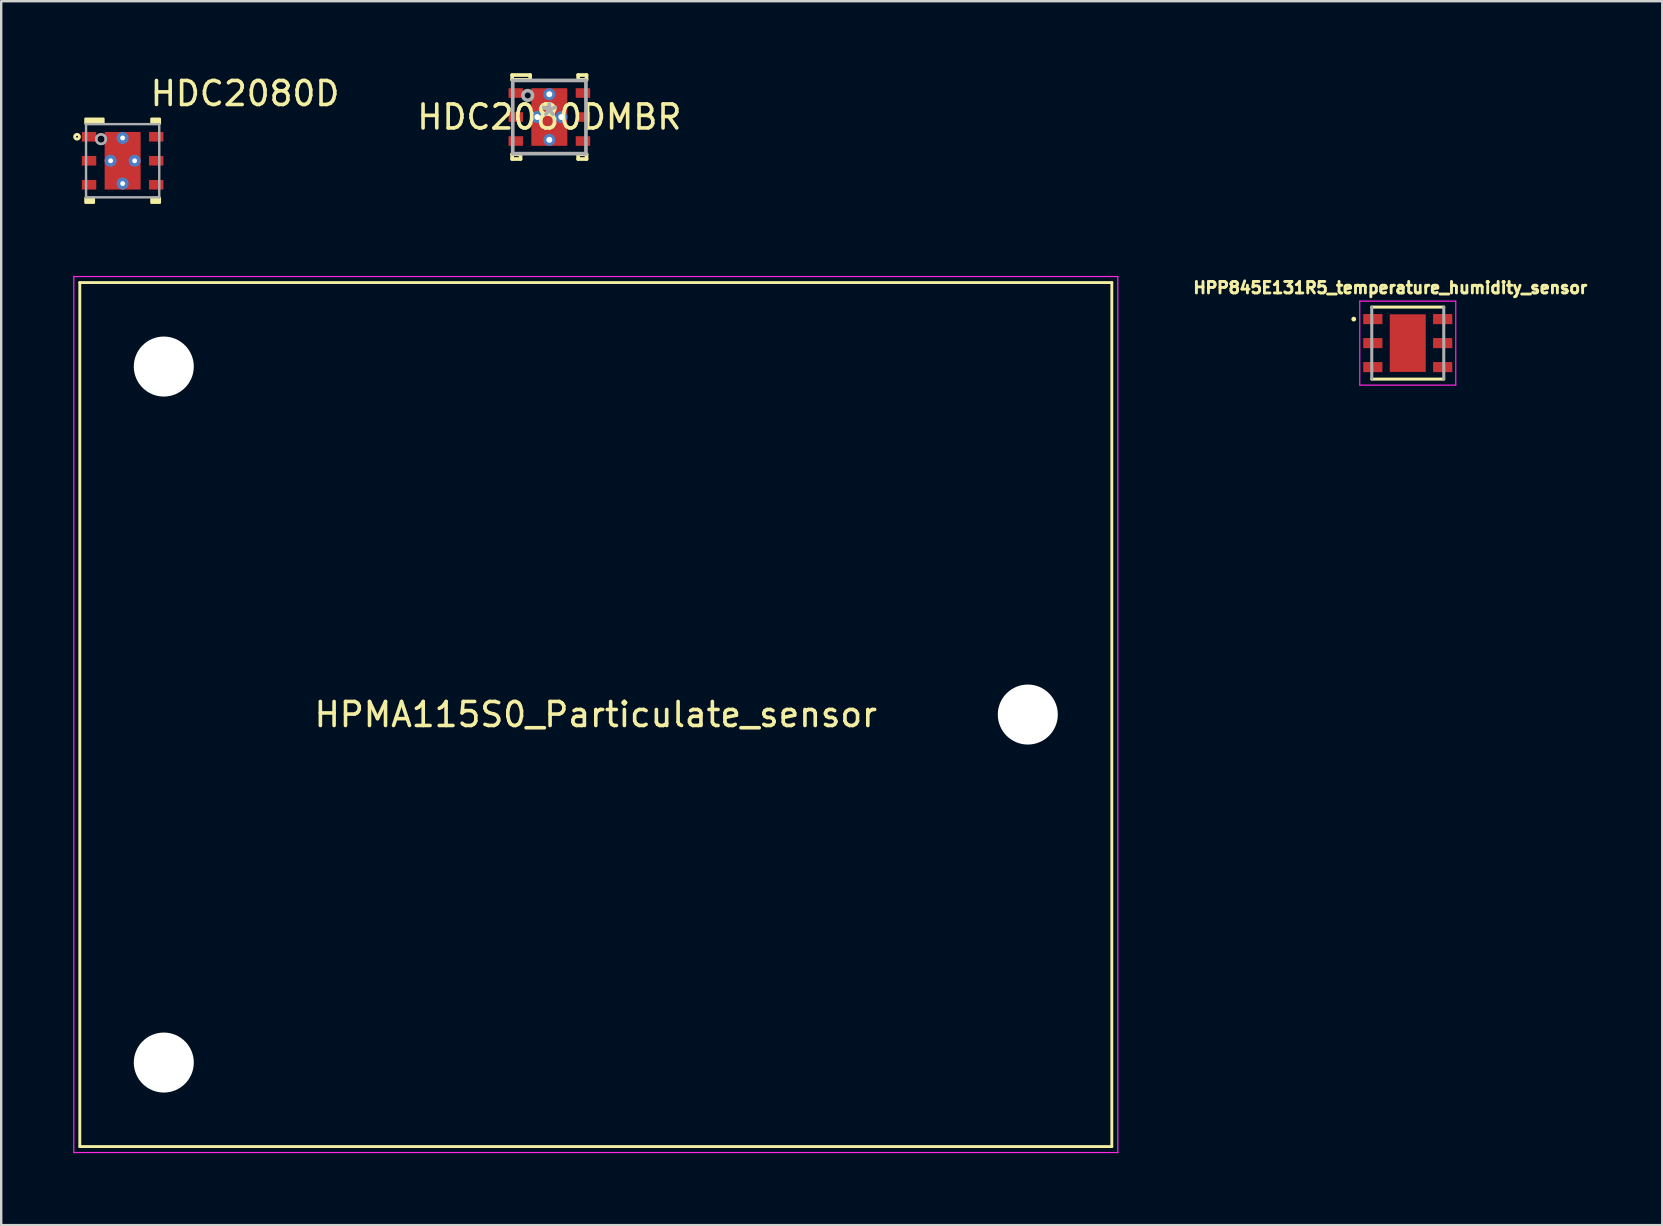
<source format=kicad_pcb>
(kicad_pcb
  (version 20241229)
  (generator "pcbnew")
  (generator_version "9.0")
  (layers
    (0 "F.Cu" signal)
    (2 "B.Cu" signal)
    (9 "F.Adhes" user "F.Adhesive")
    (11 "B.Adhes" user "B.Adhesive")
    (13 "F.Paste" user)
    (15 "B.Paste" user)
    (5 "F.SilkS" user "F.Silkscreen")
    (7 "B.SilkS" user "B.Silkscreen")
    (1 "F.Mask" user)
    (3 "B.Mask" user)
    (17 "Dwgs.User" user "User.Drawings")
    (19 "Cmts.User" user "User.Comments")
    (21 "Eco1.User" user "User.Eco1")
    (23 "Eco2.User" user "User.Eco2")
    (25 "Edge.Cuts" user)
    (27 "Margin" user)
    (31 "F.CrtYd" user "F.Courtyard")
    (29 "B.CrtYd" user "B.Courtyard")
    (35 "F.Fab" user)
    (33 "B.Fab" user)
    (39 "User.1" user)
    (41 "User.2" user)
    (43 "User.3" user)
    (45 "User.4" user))
  (footprint "HDC2080D"
    (layer "F.Cu")
    (at 2.06 3.648)
    (property "Reference" "HDC2080D" (at 5.1 -2.8 0) (layer "F.SilkS") (effects (font (size 1 1) (thickness 0.15))))
    (attr through_hole)
    (fp_circle (center -1.9 -1) (end -1.8 -1) (stroke (width 0.12) (type solid)) (fill no) (layer "F.SilkS"))
    (fp_poly (pts (xy -1.55 -1.55) (xy -0.8 -1.55) (xy -0.8 -1.75) (xy -1.55 -1.75)) (stroke (width 0.1) (type solid)) (fill yes) (layer "F.SilkS"))
    (fp_poly (pts (xy -1.55 1.75) (xy -1.2 1.75) (xy -1.2 1.55) (xy -1.55 1.55)) (stroke (width 0.1) (type solid)) (fill yes) (layer "F.SilkS"))
    (fp_poly (pts (xy 1.2 -1.55) (xy 1.55 -1.55) (xy 1.55 -1.75) (xy 1.2 -1.75)) (stroke (width 0.1) (type solid)) (fill yes) (layer "F.SilkS"))
    (fp_poly (pts (xy 1.2 1.75) (xy 1.55 1.75) (xy 1.55 1.55) (xy 1.2 1.55)) (stroke (width 0.1) (type solid)) (fill yes) (layer "F.SilkS"))
    (fp_poly (pts (xy -0.69 -0.148) (xy -0.69 -1.112) (xy -0.689 -1.122) (xy -0.686 -1.131) (xy -0.682 -1.139) (xy -0.676 -1.146) (xy -0.669 -1.152) (xy -0.661 -1.156) (xy -0.652 -1.159) (xy -0.642 -1.16) (xy 0.642 -1.16) (xy 0.652 -1.159) (xy 0.661 -1.156) (xy 0.669 -1.152) (xy 0.676 -1.146) (xy 0.682 -1.139) (xy 0.686 -1.131) (xy 0.689 -1.122) (xy 0.69 -1.112) (xy 0.69 -0.148) (xy 0.689 -0.138) (xy 0.686 -0.129) (xy 0.682 -0.121) (xy 0.676 -0.114) (xy 0.669 -0.108) (xy 0.661 -0.104) (xy 0.652 -0.101) (xy 0.642 -0.1) (xy -0.642 -0.1) (xy -0.652 -0.101) (xy -0.661 -0.104) (xy -0.669 -0.108) (xy -0.676 -0.114) (xy -0.682 -0.121) (xy -0.686 -0.129) (xy -0.689 -0.138)) (stroke (width 0.1) (type solid)) (fill yes) (layer "F.Paste"))
    (fp_poly (pts (xy -0.69 1.112) (xy -0.69 0.148) (xy -0.689 0.138) (xy -0.686 0.129) (xy -0.682 0.121) (xy -0.676 0.114) (xy -0.669 0.108) (xy -0.661 0.104) (xy -0.652 0.101) (xy -0.642 0.1) (xy 0.642 0.1) (xy 0.652 0.101) (xy 0.661 0.104) (xy 0.669 0.108) (xy 0.676 0.114) (xy 0.682 0.121) (xy 0.686 0.129) (xy 0.689 0.138) (xy 0.69 0.148) (xy 0.69 1.112) (xy 0.689 1.122) (xy 0.686 1.131) (xy 0.682 1.139) (xy 0.676 1.146) (xy 0.669 1.152) (xy 0.661 1.156) (xy 0.652 1.159) (xy 0.642 1.16) (xy -0.642 1.16) (xy -0.652 1.159) (xy -0.661 1.156) (xy -0.669 1.152) (xy -0.676 1.146) (xy -0.682 1.139) (xy -0.686 1.131) (xy -0.689 1.122)) (stroke (width 0.1) (type solid)) (fill yes) (layer "F.Paste"))
    (fp_line (start -1.525 -1.525) (end 1.525 -1.525) (stroke (width 0.1) (type solid)) (layer "F.Fab"))
    (fp_line (start -1.525 1.525) (end -1.525 -1.525) (stroke (width 0.1) (type solid)) (layer "F.Fab"))
    (fp_line (start -1.525 1.525) (end 1.525 1.525) (stroke (width 0.1) (type solid)) (layer "F.Fab"))
    (fp_line (start 1.525 1.525) (end 1.525 -1.525) (stroke (width 0.1) (type solid)) (layer "F.Fab"))
    (fp_circle (center -0.9 -0.9) (end -0.7 -0.9) (stroke (width 0.1) (type solid)) (fill no) (layer "F.Fab"))
    (fp_circle (center -0.9 -0.9) (end -0.7 -0.9) (stroke (width 0.1) (type solid)) (fill no) (layer "F.Fab"))
    (pad "1" smd rect (at -1.4 -1) (size 0.6 0.4) (layers "F.Cu" "F.Mask" "F.Paste"))
    (pad "2" smd rect (at -1.4 0) (size 0.6 0.4) (layers "F.Cu" "F.Mask" "F.Paste"))
    (pad "3" smd rect (at -1.4 1) (size 0.6 0.4) (layers "F.Cu" "F.Mask" "F.Paste"))
    (pad "4" smd rect (at 1.4 1) (size 0.6 0.4) (layers "F.Cu" "F.Mask" "F.Paste"))
    (pad "5" smd rect (at 1.4 0) (size 0.6 0.4) (layers "F.Cu" "F.Mask" "F.Paste"))
    (pad "6" smd rect (at 1.4 -1) (size 0.6 0.4) (layers "F.Cu" "F.Mask" "F.Paste"))
    (pad "7" smd rect (at 0 0) (size 1.5 2.4) (layers "F.Cu" "F.Mask" "F.Paste"))
    (pad "V" thru_hole circle (at -0.5 0) (size 0.5 0.5) (drill 0.203) (layers "*.Cu" "*.Mask"))
    (pad "V" thru_hole circle (at 0 -0.95) (size 0.5 0.5) (drill 0.203) (layers "*.Cu" "*.Mask"))
    (pad "V" thru_hole circle (at 0 0.95) (size 0.5 0.5) (drill 0.203) (layers "*.Cu" "*.Mask"))
    (pad "V" thru_hole circle (at 0.5 0) (size 0.5 0.5) (drill 0.203) (layers "*.Cu" "*.Mask")))
  (footprint "HPMA115S0_Particulate_sensor"
    (layer "F.Cu")
    (at 21.775 26.723)
    (property "Reference" "HPMA115S0_Particulate_sensor" (at 0 0 0) (layer "F.SilkS") (effects (font (size 1 1) (thickness 0.15))))
    (attr exclude_from_pos_files exclude_from_bom)
    (fp_line (start -21.5 -18) (end -21.5 18) (stroke (width 0.12) (type solid)) (layer "F.SilkS"))
    (fp_line (start 21.5 -18) (end -21.5 -18) (stroke (width 0.12) (type solid)) (layer "F.SilkS"))
    (fp_line (start 21.5 -18) (end 21.5 18) (stroke (width 0.12) (type solid)) (layer "F.SilkS"))
    (fp_line (start 21.5 18) (end -21.5 18) (stroke (width 0.12) (type solid)) (layer "F.SilkS"))
    (fp_line (start -21.75 -18.25) (end -21.75 18.25) (stroke (width 0.05) (type solid)) (layer "F.CrtYd"))
    (fp_line (start 21.75 -18.25) (end -21.75 -18.25) (stroke (width 0.05) (type solid)) (layer "F.CrtYd"))
    (fp_line (start 21.75 -18.25) (end 21.75 18.25) (stroke (width 0.05) (type solid)) (layer "F.CrtYd"))
    (fp_line (start 21.75 18.25) (end -21.75 18.25) (stroke (width 0.05) (type solid)) (layer "F.CrtYd"))
    (pad "" np_thru_hole circle (at -18 -14.5) (size 2.5 2.5) (drill 2.5) (layers "*.Cu" "*.Mask"))
    (pad "" np_thru_hole circle (at -18 14.5) (size 2.5 2.5) (drill 2.5) (layers "*.Cu" "*.Mask"))
    (pad "" np_thru_hole circle (at 18 0) (size 2.5 2.5) (drill 2.5) (layers "*.Cu" "*.Mask")))
  (footprint "HDC2080DMBR"
    (layer "F.Cu")
    (at 19.839 1.826)
    (property "Reference" "HDC2080DMBR" (at 0 0 0) (layer "F.SilkS") (effects (font (size 1 1) (thickness 0.15))))
    (attr through_hole)
    (fp_line (start -1.55 -1.75) (end -1.55 -1.55) (stroke (width 0.152) (type solid)) (layer "F.SilkS"))
    (fp_line (start -1.55 -1.55) (end -0.8 -1.55) (stroke (width 0.152) (type solid)) (layer "F.SilkS"))
    (fp_line (start -1.55 1.55) (end -1.55 1.75) (stroke (width 0.152) (type solid)) (layer "F.SilkS"))
    (fp_line (start -1.55 1.75) (end -1.2 1.75) (stroke (width 0.152) (type solid)) (layer "F.SilkS"))
    (fp_line (start -1.2 1.55) (end -1.55 1.55) (stroke (width 0.152) (type solid)) (layer "F.SilkS"))
    (fp_line (start -1.2 1.75) (end -1.2 1.55) (stroke (width 0.152) (type solid)) (layer "F.SilkS"))
    (fp_line (start -0.8 -1.75) (end -1.55 -1.75) (stroke (width 0.152) (type solid)) (layer "F.SilkS"))
    (fp_line (start -0.8 -1.55) (end -0.8 -1.75) (stroke (width 0.152) (type solid)) (layer "F.SilkS"))
    (fp_line (start 1.2 -1.75) (end 1.2 -1.55) (stroke (width 0.152) (type solid)) (layer "F.SilkS"))
    (fp_line (start 1.2 -1.55) (end 1.55 -1.55) (stroke (width 0.152) (type solid)) (layer "F.SilkS"))
    (fp_line (start 1.2 1.55) (end 1.2 1.75) (stroke (width 0.152) (type solid)) (layer "F.SilkS"))
    (fp_line (start 1.2 1.75) (end 1.55 1.75) (stroke (width 0.152) (type solid)) (layer "F.SilkS"))
    (fp_line (start 1.55 -1.75) (end 1.2 -1.75) (stroke (width 0.152) (type solid)) (layer "F.SilkS"))
    (fp_line (start 1.55 -1.55) (end 1.55 -1.75) (stroke (width 0.152) (type solid)) (layer "F.SilkS"))
    (fp_line (start 1.55 1.55) (end 1.2 1.55) (stroke (width 0.152) (type solid)) (layer "F.SilkS"))
    (fp_line (start 1.55 1.75) (end 1.55 1.55) (stroke (width 0.152) (type solid)) (layer "F.SilkS"))
    (fp_line (start -0.69 -1.112) (end -0.689 -1.122) (stroke (width 0.152) (type solid)) (layer "F.Paste"))
    (fp_line (start -0.69 -0.148) (end -0.69 -1.112) (stroke (width 0.152) (type solid)) (layer "F.Paste"))
    (fp_line (start -0.69 0.148) (end -0.689 0.138) (stroke (width 0.152) (type solid)) (layer "F.Paste"))
    (fp_line (start -0.69 1.112) (end -0.69 0.148) (stroke (width 0.152) (type solid)) (layer "F.Paste"))
    (fp_line (start -0.689 -1.122) (end -0.686 -1.131) (stroke (width 0.152) (type solid)) (layer "F.Paste"))
    (fp_line (start -0.689 -0.138) (end -0.69 -0.148) (stroke (width 0.152) (type solid)) (layer "F.Paste"))
    (fp_line (start -0.689 0.138) (end -0.686 0.129) (stroke (width 0.152) (type solid)) (layer "F.Paste"))
    (fp_line (start -0.689 1.122) (end -0.69 1.112) (stroke (width 0.152) (type solid)) (layer "F.Paste"))
    (fp_line (start -0.686 -1.131) (end -0.682 -1.139) (stroke (width 0.152) (type solid)) (layer "F.Paste"))
    (fp_line (start -0.686 -0.129) (end -0.689 -0.138) (stroke (width 0.152) (type solid)) (layer "F.Paste"))
    (fp_line (start -0.686 0.129) (end -0.682 0.121) (stroke (width 0.152) (type solid)) (layer "F.Paste"))
    (fp_line (start -0.686 1.131) (end -0.689 1.122) (stroke (width 0.152) (type solid)) (layer "F.Paste"))
    (fp_line (start -0.682 -1.139) (end -0.676 -1.146) (stroke (width 0.152) (type solid)) (layer "F.Paste"))
    (fp_line (start -0.682 -0.121) (end -0.686 -0.129) (stroke (width 0.152) (type solid)) (layer "F.Paste"))
    (fp_line (start -0.682 0.121) (end -0.676 0.114) (stroke (width 0.152) (type solid)) (layer "F.Paste"))
    (fp_line (start -0.682 1.139) (end -0.686 1.131) (stroke (width 0.152) (type solid)) (layer "F.Paste"))
    (fp_line (start -0.676 -1.146) (end -0.669 -1.152) (stroke (width 0.152) (type solid)) (layer "F.Paste"))
    (fp_line (start -0.676 -0.114) (end -0.682 -0.121) (stroke (width 0.152) (type solid)) (layer "F.Paste"))
    (fp_line (start -0.676 0.114) (end -0.669 0.108) (stroke (width 0.152) (type solid)) (layer "F.Paste"))
    (fp_line (start -0.676 1.146) (end -0.682 1.139) (stroke (width 0.152) (type solid)) (layer "F.Paste"))
    (fp_line (start -0.669 -1.152) (end -0.661 -1.156) (stroke (width 0.152) (type solid)) (layer "F.Paste"))
    (fp_line (start -0.669 -0.108) (end -0.676 -0.114) (stroke (width 0.152) (type solid)) (layer "F.Paste"))
    (fp_line (start -0.669 0.108) (end -0.661 0.104) (stroke (width 0.152) (type solid)) (layer "F.Paste"))
    (fp_line (start -0.669 1.152) (end -0.676 1.146) (stroke (width 0.152) (type solid)) (layer "F.Paste"))
    (fp_line (start -0.661 -1.156) (end -0.652 -1.159) (stroke (width 0.152) (type solid)) (layer "F.Paste"))
    (fp_line (start -0.661 -0.104) (end -0.669 -0.108) (stroke (width 0.152) (type solid)) (layer "F.Paste"))
    (fp_line (start -0.661 0.104) (end -0.652 0.101) (stroke (width 0.152) (type solid)) (layer "F.Paste"))
    (fp_line (start -0.661 1.156) (end -0.669 1.152) (stroke (width 0.152) (type solid)) (layer "F.Paste"))
    (fp_line (start -0.652 -1.159) (end -0.642 -1.16) (stroke (width 0.152) (type solid)) (layer "F.Paste"))
    (fp_line (start -0.652 -0.101) (end -0.661 -0.104) (stroke (width 0.152) (type solid)) (layer "F.Paste"))
    (fp_line (start -0.652 0.101) (end -0.642 0.1) (stroke (width 0.152) (type solid)) (layer "F.Paste"))
    (fp_line (start -0.652 1.159) (end -0.661 1.156) (stroke (width 0.152) (type solid)) (layer "F.Paste"))
    (fp_line (start -0.642 -1.16) (end 0.642 -1.16) (stroke (width 0.152) (type solid)) (layer "F.Paste"))
    (fp_line (start -0.642 -0.1) (end -0.652 -0.101) (stroke (width 0.152) (type solid)) (layer "F.Paste"))
    (fp_line (start -0.642 0.1) (end 0.642 0.1) (stroke (width 0.152) (type solid)) (layer "F.Paste"))
    (fp_line (start -0.642 1.16) (end -0.652 1.159) (stroke (width 0.152) (type solid)) (layer "F.Paste"))
    (fp_line (start 0.642 -1.16) (end 0.652 -1.159) (stroke (width 0.152) (type solid)) (layer "F.Paste"))
    (fp_line (start 0.642 -0.1) (end -0.642 -0.1) (stroke (width 0.152) (type solid)) (layer "F.Paste"))
    (fp_line (start 0.642 0.1) (end 0.652 0.101) (stroke (width 0.152) (type solid)) (layer "F.Paste"))
    (fp_line (start 0.642 1.16) (end -0.642 1.16) (stroke (width 0.152) (type solid)) (layer "F.Paste"))
    (fp_line (start 0.652 -1.159) (end 0.661 -1.156) (stroke (width 0.152) (type solid)) (layer "F.Paste"))
    (fp_line (start 0.652 -0.101) (end 0.642 -0.1) (stroke (width 0.152) (type solid)) (layer "F.Paste"))
    (fp_line (start 0.652 0.101) (end 0.661 0.104) (stroke (width 0.152) (type solid)) (layer "F.Paste"))
    (fp_line (start 0.652 1.159) (end 0.642 1.16) (stroke (width 0.152) (type solid)) (layer "F.Paste"))
    (fp_line (start 0.661 -1.156) (end 0.669 -1.152) (stroke (width 0.152) (type solid)) (layer "F.Paste"))
    (fp_line (start 0.661 -0.104) (end 0.652 -0.101) (stroke (width 0.152) (type solid)) (layer "F.Paste"))
    (fp_line (start 0.661 0.104) (end 0.669 0.108) (stroke (width 0.152) (type solid)) (layer "F.Paste"))
    (fp_line (start 0.661 1.156) (end 0.652 1.159) (stroke (width 0.152) (type solid)) (layer "F.Paste"))
    (fp_line (start 0.669 -1.152) (end 0.676 -1.146) (stroke (width 0.152) (type solid)) (layer "F.Paste"))
    (fp_line (start 0.669 -0.108) (end 0.661 -0.104) (stroke (width 0.152) (type solid)) (layer "F.Paste"))
    (fp_line (start 0.669 0.108) (end 0.676 0.114) (stroke (width 0.152) (type solid)) (layer "F.Paste"))
    (fp_line (start 0.669 1.152) (end 0.661 1.156) (stroke (width 0.152) (type solid)) (layer "F.Paste"))
    (fp_line (start 0.676 -1.146) (end 0.682 -1.139) (stroke (width 0.152) (type solid)) (layer "F.Paste"))
    (fp_line (start 0.676 -0.114) (end 0.669 -0.108) (stroke (width 0.152) (type solid)) (layer "F.Paste"))
    (fp_line (start 0.676 0.114) (end 0.682 0.121) (stroke (width 0.152) (type solid)) (layer "F.Paste"))
    (fp_line (start 0.676 1.146) (end 0.669 1.152) (stroke (width 0.152) (type solid)) (layer "F.Paste"))
    (fp_line (start 0.682 -1.139) (end 0.686 -1.131) (stroke (width 0.152) (type solid)) (layer "F.Paste"))
    (fp_line (start 0.682 -0.121) (end 0.676 -0.114) (stroke (width 0.152) (type solid)) (layer "F.Paste"))
    (fp_line (start 0.682 0.121) (end 0.686 0.129) (stroke (width 0.152) (type solid)) (layer "F.Paste"))
    (fp_line (start 0.682 1.139) (end 0.676 1.146) (stroke (width 0.152) (type solid)) (layer "F.Paste"))
    (fp_line (start 0.686 -1.131) (end 0.689 -1.122) (stroke (width 0.152) (type solid)) (layer "F.Paste"))
    (fp_line (start 0.686 -0.129) (end 0.682 -0.121) (stroke (width 0.152) (type solid)) (layer "F.Paste"))
    (fp_line (start 0.686 0.129) (end 0.689 0.138) (stroke (width 0.152) (type solid)) (layer "F.Paste"))
    (fp_line (start 0.686 1.131) (end 0.682 1.139) (stroke (width 0.152) (type solid)) (layer "F.Paste"))
    (fp_line (start 0.689 -1.122) (end 0.69 -1.112) (stroke (width 0.152) (type solid)) (layer "F.Paste"))
    (fp_line (start 0.689 -0.138) (end 0.686 -0.129) (stroke (width 0.152) (type solid)) (layer "F.Paste"))
    (fp_line (start 0.689 0.138) (end 0.69 0.148) (stroke (width 0.152) (type solid)) (layer "F.Paste"))
    (fp_line (start 0.689 1.122) (end 0.686 1.131) (stroke (width 0.152) (type solid)) (layer "F.Paste"))
    (fp_line (start 0.69 -1.112) (end 0.69 -0.148) (stroke (width 0.152) (type solid)) (layer "F.Paste"))
    (fp_line (start 0.69 -0.148) (end 0.689 -0.138) (stroke (width 0.152) (type solid)) (layer "F.Paste"))
    (fp_line (start 0.69 0.148) (end 0.69 1.112) (stroke (width 0.152) (type solid)) (layer "F.Paste"))
    (fp_line (start 0.69 1.112) (end 0.689 1.122) (stroke (width 0.152) (type solid)) (layer "F.Paste"))
    (fp_line (start -1.525 -1.525) (end 1.525 -1.525) (stroke (width 0.152) (type solid)) (layer "F.Fab"))
    (fp_line (start -1.525 1.525) (end -1.525 -1.525) (stroke (width 0.152) (type solid)) (layer "F.Fab"))
    (fp_line (start -1.525 1.525) (end 1.525 1.525) (stroke (width 0.152) (type solid)) (layer "F.Fab"))
    (fp_line (start 1.525 1.525) (end 1.525 -1.525) (stroke (width 0.152) (type solid)) (layer "F.Fab"))
    (fp_circle (center -0.9 -0.9) (end -0.7 -0.9) (stroke (width 0.152) (type solid)) (fill no) (layer "F.Fab"))
    (fp_text user "*" (at 0 0 0) (layer "F.SilkS") (effects (font (size 1 1) (thickness 0.15))))
    (fp_text user "Copyright 2016 Accelerated Designs. All rights reserved." (at 0 0 0) (layer "Cmts.User") (effects (font (size 0.127 0.127) (thickness 0.002))))
    (fp_text user "*" (at 0 0 0) (layer "F.Fab") (effects (font (size 1 1) (thickness 0.15))))
    (pad "1" smd rect (at -1.4 -1) (size 0.6 0.4) (layers "F.Cu" "F.Mask" "F.Paste"))
    (pad "2" smd rect (at -1.4 0) (size 0.6 0.4) (layers "F.Cu" "F.Mask" "F.Paste"))
    (pad "3" smd rect (at -1.4 1) (size 0.6 0.4) (layers "F.Cu" "F.Mask" "F.Paste"))
    (pad "4" smd rect (at 1.4 1) (size 0.6 0.4) (layers "F.Cu" "F.Mask" "F.Paste"))
    (pad "5" smd rect (at 1.4 0) (size 0.6 0.4) (layers "F.Cu" "F.Mask" "F.Paste"))
    (pad "6" smd rect (at 1.4 -1) (size 0.6 0.4) (layers "F.Cu" "F.Mask" "F.Paste"))
    (pad "7" thru_hole circle (at -0.5 0) (size 0.5 0.5) (drill 0.25) (layers "*.Cu" "*.Mask"))
    (pad "7" thru_hole circle (at 0 -0.95) (size 0.5 0.5) (drill 0.25) (layers "*.Cu" "*.Mask"))
    (pad "7" smd rect (at 0 0) (size 1.5 2.4) (layers "F.Cu" "F.Mask" "F.Paste"))
    (pad "7" thru_hole circle (at 0 0.95) (size 0.5 0.5) (drill 0.25) (layers "*.Cu" "*.Mask"))
    (pad "7" thru_hole circle (at 0.5 0) (size 0.5 0.5) (drill 0.25) (layers "*.Cu" "*.Mask")))
  (footprint "HPP845E131R5_temperature_humidity_sensor"
    (layer "F.Cu")
    (at 55.606 11.246)
    (property "Reference" "HPP845E131R5_temperature_humidity_sensor" (at -0.726 -2.306 0) (layer "F.SilkS") (effects (font (size 0.48 0.48) (thickness 0.15))))
    (attr through_hole)
    (fp_line (start -1.5 -1.5) (end 1.5 -1.5) (stroke (width 0.127) (type solid)) (layer "F.SilkS"))
    (fp_line (start 1.5 1.5) (end -1.5 1.5) (stroke (width 0.127) (type solid)) (layer "F.SilkS"))
    (fp_circle (center -2.25 -1) (end -2.2 -1) (stroke (width 0.1) (type solid)) (fill no) (layer "F.SilkS"))
    (fp_poly (pts (xy -0.47 -0.75) (xy 0.47 -0.75) (xy 0.47 0.75) (xy -0.47 0.75)) (stroke (width 0.01) (type solid)) (fill yes) (layer "F.Paste"))
    (fp_line (start -2 -1.75) (end 2 -1.75) (stroke (width 0.05) (type solid)) (layer "F.CrtYd"))
    (fp_line (start -2 1.75) (end -2 -1.75) (stroke (width 0.05) (type solid)) (layer "F.CrtYd"))
    (fp_line (start 2 -1.75) (end 2 1.75) (stroke (width 0.05) (type solid)) (layer "F.CrtYd"))
    (fp_line (start 2 1.75) (end -2 1.75) (stroke (width 0.05) (type solid)) (layer "F.CrtYd"))
    (fp_line (start -1.5 1.5) (end -1.5 -1.5) (stroke (width 0.127) (type solid)) (layer "F.Fab"))
    (fp_line (start 1.5 -1.5) (end 1.5 1.5) (stroke (width 0.127) (type solid)) (layer "F.Fab"))
    (pad "1" smd roundrect (at -1.455 -1) (size 0.8 0.42) (layers "F.Cu" "F.Mask" "F.Paste") (roundrect_rratio 0.02))
    (pad "2" smd roundrect (at -1.455 0) (size 0.8 0.42) (layers "F.Cu" "F.Mask" "F.Paste") (roundrect_rratio 0.02))
    (pad "3" smd roundrect (at -1.455 1) (size 0.8 0.42) (layers "F.Cu" "F.Mask" "F.Paste") (roundrect_rratio 0.02))
    (pad "4" smd roundrect (at 1.455 1) (size 0.8 0.42) (layers "F.Cu" "F.Mask" "F.Paste") (roundrect_rratio 0.02))
    (pad "5" smd roundrect (at 1.455 0) (size 0.8 0.42) (layers "F.Cu" "F.Mask" "F.Paste") (roundrect_rratio 0.02))
    (pad "6" smd roundrect (at 1.455 -1) (size 0.8 0.42) (layers "F.Cu" "F.Mask" "F.Paste") (roundrect_rratio 0.02))
    (pad "7" smd rect (at 0 0) (size 1.5 2.4) (layers "F.Cu" "F.Mask")))
  (gr_rect
    (start -3 -3)
    (end 66.209 47.998)
    (stroke (width 0.1) (type default))
    (fill no)
    (layer "Edge.Cuts")))
</source>
